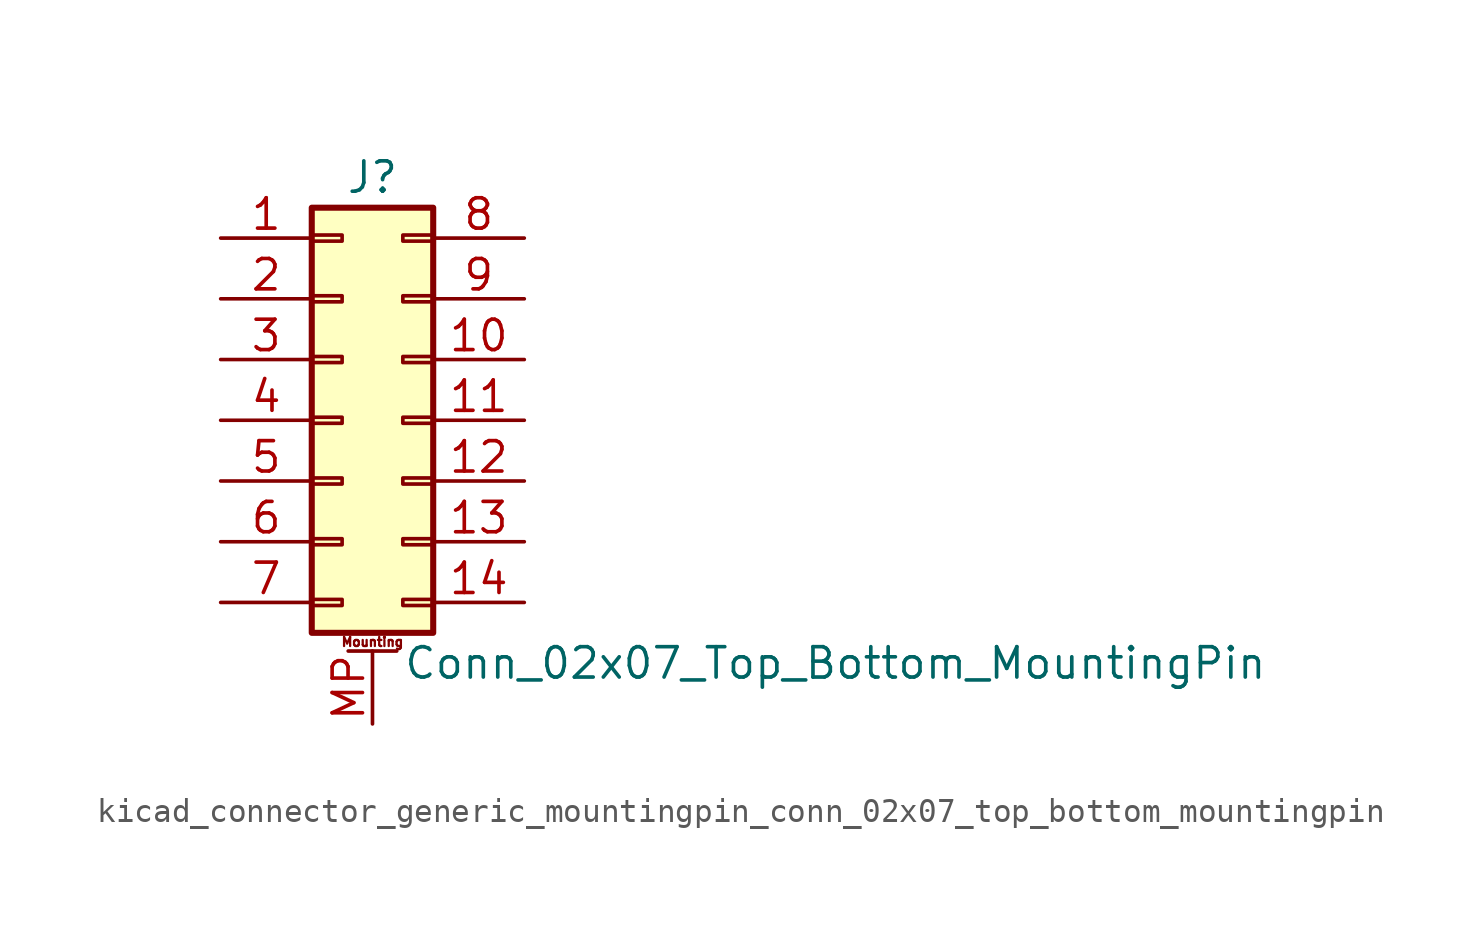
<source format=kicad_sym>
(kicad_symbol_lib
  (version 20220914)
  (generator kicad_symbol_editor)
  (symbol "kicad_connector_generic_mountingpin_conn_02x07_top_bottom_mountingpin"
    (pin_names
      (offset 1.016) hide)
    (property "Reference" "J"
      (at 1.27 10.16 0)
      (effects (font (size 1.27 1.27))))
    (property "Value" "Conn_02x07_Top_Bottom_MountingPin"
      (at 2.54 -10.16 0)
      (effects (font (size 1.27 1.27)) (justify left)))
    (symbol "kicad_connector_generic_mountingpin_conn_02x07_top_bottom_mountingpin_1_1"
      (rectangle (start -1.27 -7.493) (end 0 -7.747) (stroke (width 0.152) (type default)) (fill (type none)))
      (rectangle (start -1.27 -4.953) (end 0 -5.207) (stroke (width 0.152) (type default)) (fill (type none)))
      (rectangle (start -1.27 -2.413) (end 0 -2.667) (stroke (width 0.152) (type default)) (fill (type none)))
      (rectangle (start -1.27 0.127) (end 0 -0.127) (stroke (width 0.152) (type default)) (fill (type none)))
      (rectangle (start -1.27 2.667) (end 0 2.413) (stroke (width 0.152) (type default)) (fill (type none)))
      (rectangle (start -1.27 5.207) (end 0 4.953) (stroke (width 0.152) (type default)) (fill (type none)))
      (rectangle (start -1.27 7.747) (end 0 7.493) (stroke (width 0.152) (type default)) (fill (type none)))
      (rectangle (start -1.27 8.89) (end 3.81 -8.89) (stroke (width 0.254) (type default)) (fill (type background)))
      (polyline (pts (xy 0.254 -9.652) (xy 2.286 -9.652)) (stroke (width 0.152) (type default)) (fill (type none)))
      (rectangle (start 3.81 -7.493) (end 2.54 -7.747) (stroke (width 0.152) (type default)) (fill (type none)))
      (rectangle (start 3.81 -4.953) (end 2.54 -5.207) (stroke (width 0.152) (type default)) (fill (type none)))
      (rectangle (start 3.81 -2.413) (end 2.54 -2.667) (stroke (width 0.152) (type default)) (fill (type none)))
      (rectangle (start 3.81 0.127) (end 2.54 -0.127) (stroke (width 0.152) (type default)) (fill (type none)))
      (rectangle (start 3.81 2.667) (end 2.54 2.413) (stroke (width 0.152) (type default)) (fill (type none)))
      (rectangle (start 3.81 5.207) (end 2.54 4.953) (stroke (width 0.152) (type default)) (fill (type none)))
      (rectangle (start 3.81 7.747) (end 2.54 7.493) (stroke (width 0.152) (type default)) (fill (type none)))
      (text "Mounting" (at 1.27 -9.271 0) (effects (font (size 0.381 0.381))))
      (pin passive line (at -5.08 7.62 0) (length 3.81) (name "Pin_1" (effects (font (size 1.27 1.27)))) (number "1" (effects (font (size 1.27 1.27)))))
      (pin passive line (at 7.62 2.54 180) (length 3.81) (name "Pin_10" (effects (font (size 1.27 1.27)))) (number "10" (effects (font (size 1.27 1.27)))))
      (pin passive line (at 7.62 0 180) (length 3.81) (name "Pin_11" (effects (font (size 1.27 1.27)))) (number "11" (effects (font (size 1.27 1.27)))))
      (pin passive line (at 7.62 -2.54 180) (length 3.81) (name "Pin_12" (effects (font (size 1.27 1.27)))) (number "12" (effects (font (size 1.27 1.27)))))
      (pin passive line (at 7.62 -5.08 180) (length 3.81) (name "Pin_13" (effects (font (size 1.27 1.27)))) (number "13" (effects (font (size 1.27 1.27)))))
      (pin passive line (at 7.62 -7.62 180) (length 3.81) (name "Pin_14" (effects (font (size 1.27 1.27)))) (number "14" (effects (font (size 1.27 1.27)))))
      (pin passive line (at -5.08 5.08 0) (length 3.81) (name "Pin_2" (effects (font (size 1.27 1.27)))) (number "2" (effects (font (size 1.27 1.27)))))
      (pin passive line (at -5.08 2.54 0) (length 3.81) (name "Pin_3" (effects (font (size 1.27 1.27)))) (number "3" (effects (font (size 1.27 1.27)))))
      (pin passive line (at -5.08 0 0) (length 3.81) (name "Pin_4" (effects (font (size 1.27 1.27)))) (number "4" (effects (font (size 1.27 1.27)))))
      (pin passive line (at -5.08 -2.54 0) (length 3.81) (name "Pin_5" (effects (font (size 1.27 1.27)))) (number "5" (effects (font (size 1.27 1.27)))))
      (pin passive line (at -5.08 -5.08 0) (length 3.81) (name "Pin_6" (effects (font (size 1.27 1.27)))) (number "6" (effects (font (size 1.27 1.27)))))
      (pin passive line (at -5.08 -7.62 0) (length 3.81) (name "Pin_7" (effects (font (size 1.27 1.27)))) (number "7" (effects (font (size 1.27 1.27)))))
      (pin passive line (at 7.62 7.62 180) (length 3.81) (name "Pin_8" (effects (font (size 1.27 1.27)))) (number "8" (effects (font (size 1.27 1.27)))))
      (pin passive line (at 7.62 5.08 180) (length 3.81) (name "Pin_9" (effects (font (size 1.27 1.27)))) (number "9" (effects (font (size 1.27 1.27)))))
      (pin passive line (at 1.27 -12.7 90) (length 3.048) (name "MountPin" (effects (font (size 1.27 1.27)))) (number "MP" (effects (font (size 1.27 1.27))))))))
</source>
